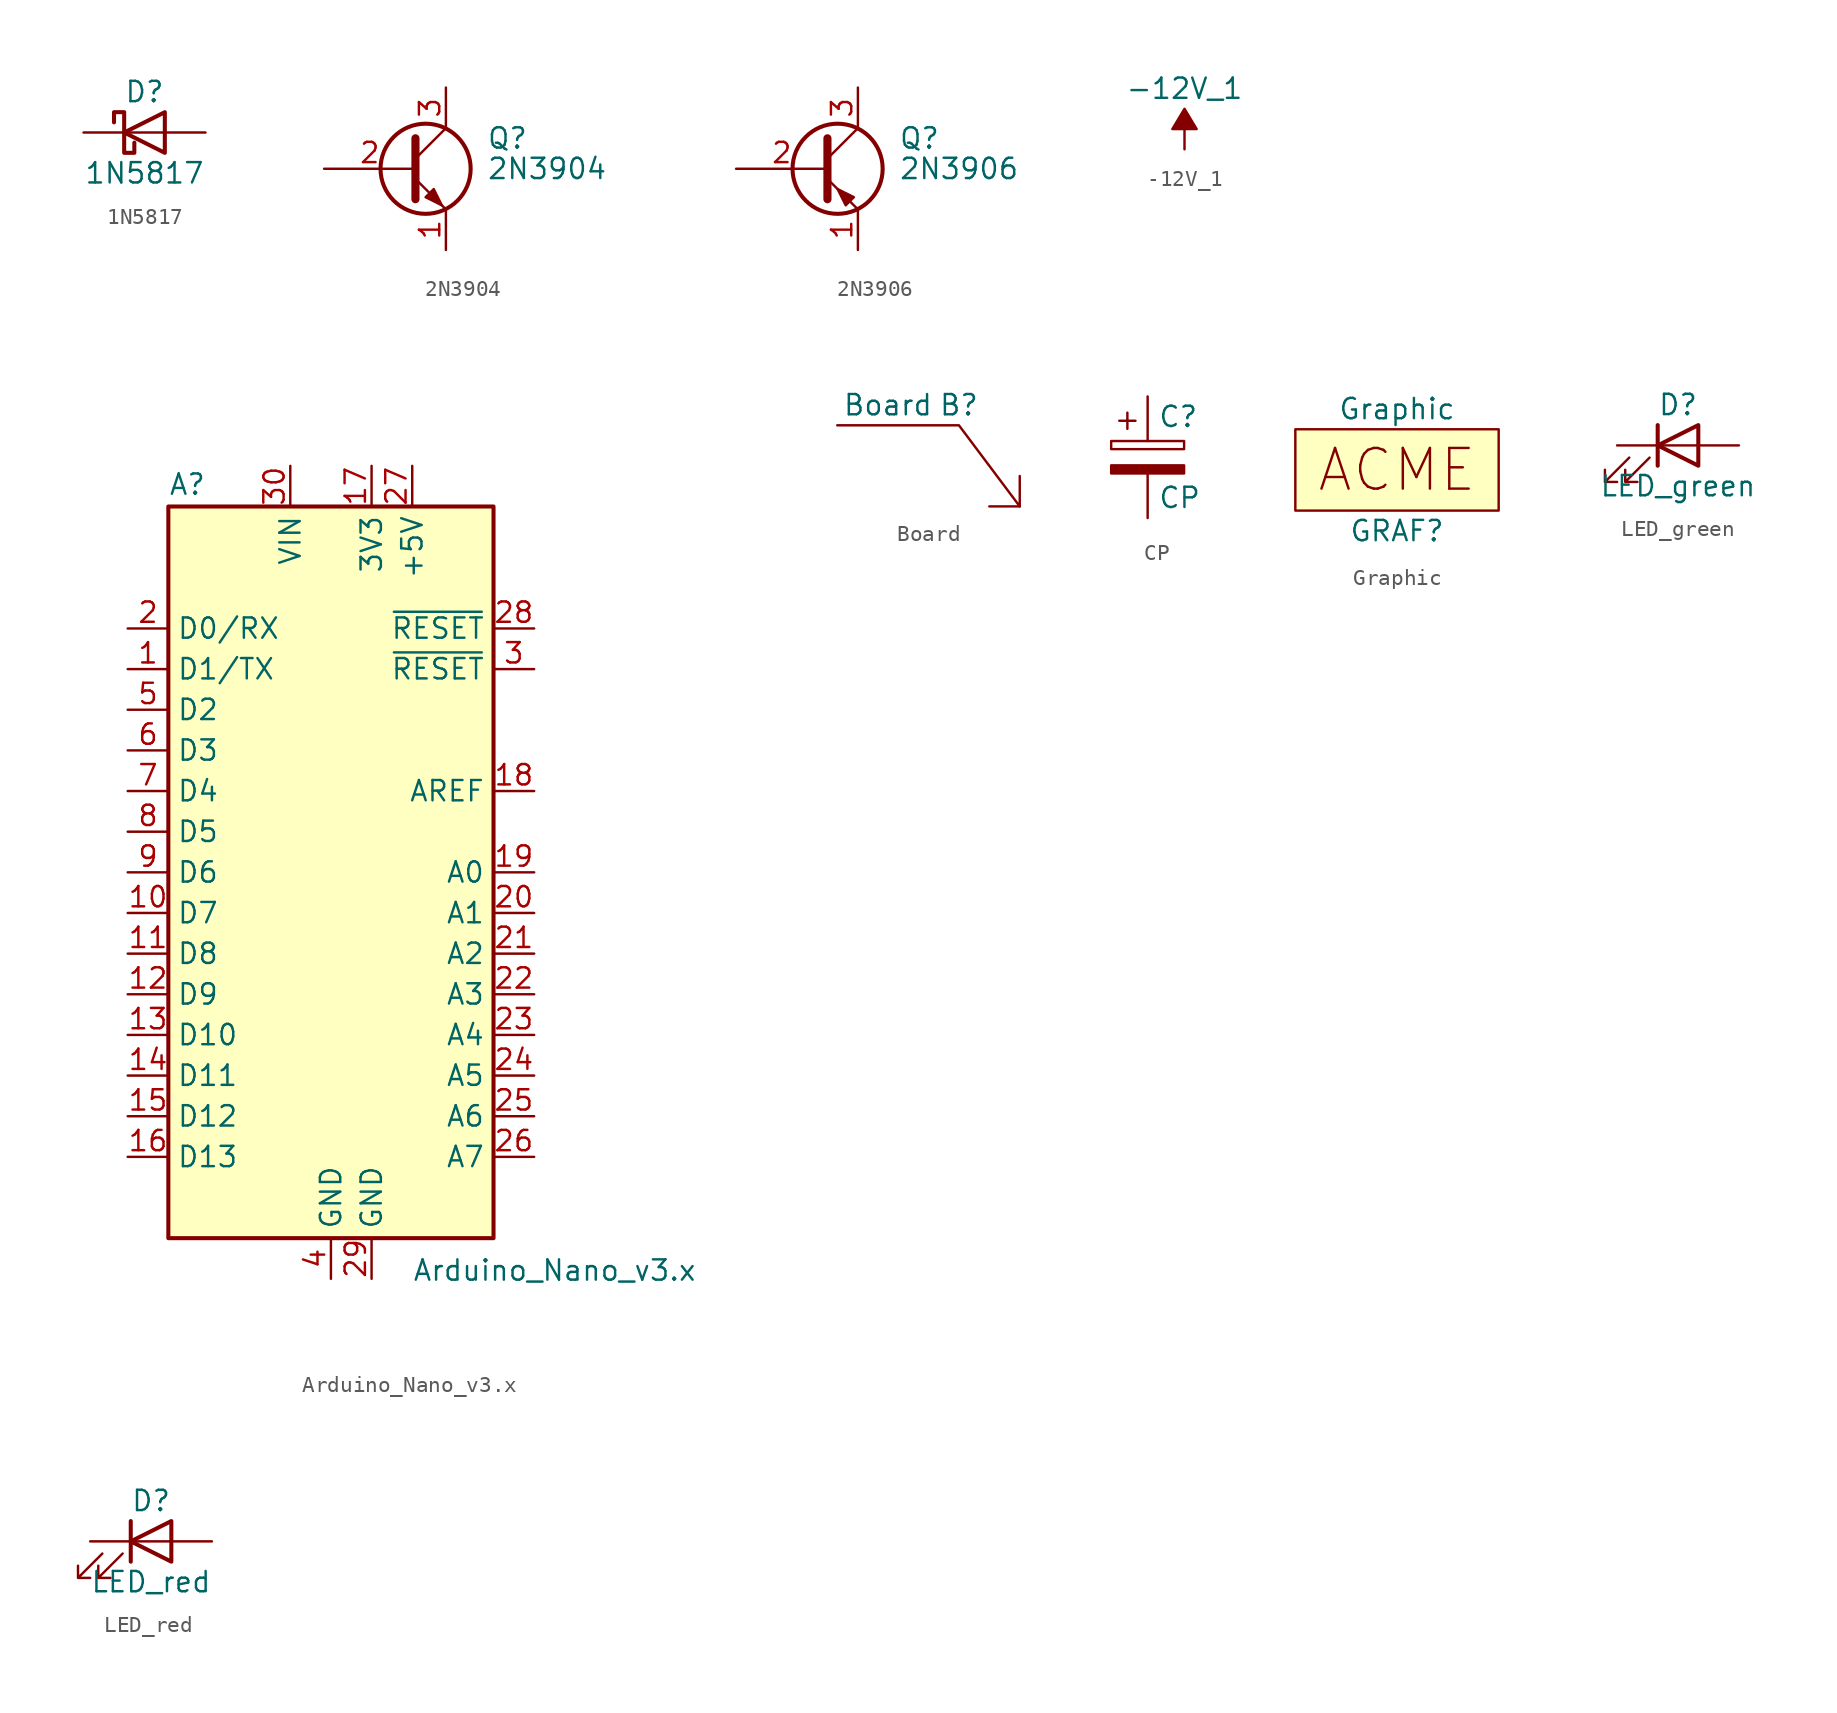
<source format=kicad_sym>
(kicad_symbol_lib
  (version 20211014)
  (generator kicad_symbol_editor)
  (symbol "1N5817"
    (pin_numbers hide)
    (pin_names
      (offset 1.016) hide)
    (property "Reference" "D"
      (at 0 2.54 0)
      (effects (font (size 1.27 1.27))))
    (property "Value" "1N5817"
      (at 0 -2.54 0)
      (effects (font (size 1.27 1.27))))
    (symbol "1N5817_0_1"
      (polyline (pts (xy 1.27 0) (xy -1.27 0)) (stroke (width 0) (type default) (color 0 0 0 0)) (fill (type none)))
      (polyline (pts (xy 1.27 1.27) (xy 1.27 -1.27) (xy -1.27 0) (xy 1.27 1.27)) (stroke (width 0.254) (type default) (color 0 0 0 0)) (fill (type none)))
      (polyline (pts (xy -1.905 0.635) (xy -1.905 1.27) (xy -1.27 1.27) (xy -1.27 -1.27) (xy -0.635 -1.27) (xy -0.635 -0.635)) (stroke (width 0.254) (type default) (color 0 0 0 0)) (fill (type none))))
    (symbol "1N5817_1_1"
      (pin passive line (at -3.81 0 0) (length 2.54) (name "K" (effects (font (size 1.27 1.27)))) (number "1" (effects (font (size 1.27 1.27)))))
      (pin passive line (at 3.81 0 180) (length 2.54) (name "A" (effects (font (size 1.27 1.27)))) (number "2" (effects (font (size 1.27 1.27)))))))
  (symbol "2N3904"
    (pin_names
      (offset 0) hide)
    (property "Reference" "Q"
      (at 5.08 1.905 0)
      (effects (font (size 1.27 1.27)) (justify left)))
    (property "Value" "2N3904"
      (at 5.08 0 0)
      (effects (font (size 1.27 1.27)) (justify left)))
    (symbol "2N3904_0_1"
      (polyline (pts (xy 0.635 0.635) (xy 2.54 2.54)) (stroke (width 0) (type default) (color 0 0 0 0)) (fill (type none)))
      (polyline (pts (xy 0.635 -0.635) (xy 2.54 -2.54) (xy 2.54 -2.54)) (stroke (width 0) (type default) (color 0 0 0 0)) (fill (type none)))
      (polyline (pts (xy 0.635 1.905) (xy 0.635 -1.905) (xy 0.635 -1.905)) (stroke (width 0.508) (type default) (color 0 0 0 0)) (fill (type none)))
      (polyline (pts (xy 1.27 -1.778) (xy 1.778 -1.27) (xy 2.286 -2.286) (xy 1.27 -1.778) (xy 1.27 -1.778)) (stroke (width 0) (type default) (color 0 0 0 0)) (fill (type outline)))
      (circle (center 1.27 0) (radius 2.819) (stroke (width 0.254) (type default) (color 0 0 0 0)) (fill (type none))))
    (symbol "2N3904_1_1"
      (pin passive line (at 2.54 -5.08 90) (length 2.54) (name "E" (effects (font (size 1.27 1.27)))) (number "1" (effects (font (size 1.27 1.27)))))
      (pin passive line (at -5.08 0 0) (length 5.715) (name "B" (effects (font (size 1.27 1.27)))) (number "2" (effects (font (size 1.27 1.27)))))
      (pin passive line (at 2.54 5.08 270) (length 2.54) (name "C" (effects (font (size 1.27 1.27)))) (number "3" (effects (font (size 1.27 1.27)))))))
  (symbol "2N3906"
    (pin_names
      (offset 0) hide)
    (property "Reference" "Q"
      (at 5.08 1.905 0)
      (effects (font (size 1.27 1.27)) (justify left)))
    (property "Value" "2N3906"
      (at 5.08 0 0)
      (effects (font (size 1.27 1.27)) (justify left)))
    (symbol "2N3906_0_1"
      (polyline (pts (xy 0.635 0.635) (xy 2.54 2.54)) (stroke (width 0) (type default) (color 0 0 0 0)) (fill (type none)))
      (polyline (pts (xy 0.635 -0.635) (xy 2.54 -2.54) (xy 2.54 -2.54)) (stroke (width 0) (type default) (color 0 0 0 0)) (fill (type none)))
      (polyline (pts (xy 0.635 1.905) (xy 0.635 -1.905) (xy 0.635 -1.905)) (stroke (width 0.508) (type default) (color 0 0 0 0)) (fill (type none)))
      (polyline (pts (xy 2.286 -1.778) (xy 1.778 -2.286) (xy 1.27 -1.27) (xy 2.286 -1.778) (xy 2.286 -1.778)) (stroke (width 0) (type default) (color 0 0 0 0)) (fill (type outline)))
      (circle (center 1.27 0) (radius 2.819) (stroke (width 0.254) (type default) (color 0 0 0 0)) (fill (type none))))
    (symbol "2N3906_1_1"
      (pin passive line (at 2.54 -5.08 90) (length 2.54) (name "E" (effects (font (size 1.27 1.27)))) (number "1" (effects (font (size 1.27 1.27)))))
      (pin input line (at -5.08 0 0) (length 5.715) (name "B" (effects (font (size 1.27 1.27)))) (number "2" (effects (font (size 1.27 1.27)))))
      (pin passive line (at 2.54 5.08 270) (length 2.54) (name "C" (effects (font (size 1.27 1.27)))) (number "3" (effects (font (size 1.27 1.27)))))))
  (symbol "-12V_1"
    (power)
    (pin_names
      (offset 0))
    (property "Reference" "#PWR"
      (at 0 2.54 0)
      (effects (font (size 1.27 1.27)) hide))
    (property "Value" "-12V_1"
      (at 0 3.81 0)
      (effects (font (size 1.27 1.27))))
    (symbol "-12V_1_0_0"
      (pin power_in line (at 0 0 90) (length 0) hide (name "-12V_1" (effects (font (size 1.27 1.27)))) (number "1" (effects (font (size 1.27 1.27))))))
    (symbol "-12V_1_0_1"
      (polyline (pts (xy 0 0) (xy 0 1.27) (xy 0.762 1.27) (xy 0 2.54) (xy -0.762 1.27) (xy 0 1.27)) (stroke (width 0) (type default) (color 0 0 0 0)) (fill (type outline)))))
  (symbol "Arduino_Nano_v3.x"
    (property "Reference" "A"
      (at -10.16 23.495 0)
      (effects (font (size 1.27 1.27)) (justify left bottom)))
    (property "Value" "Arduino_Nano_v3.x"
      (at 5.08 -24.13 0)
      (effects (font (size 1.27 1.27)) (justify left top)))
    (symbol "Arduino_Nano_v3.x_0_1"
      (rectangle (start -10.16 22.86) (end 10.16 -22.86) (stroke (width 0.254) (type default) (color 0 0 0 0)) (fill (type background))))
    (symbol "Arduino_Nano_v3.x_1_1"
      (pin bidirectional line (at -12.7 12.7 0) (length 2.54) (name "D1/TX" (effects (font (size 1.27 1.27)))) (number "1" (effects (font (size 1.27 1.27)))))
      (pin bidirectional line (at -12.7 -2.54 0) (length 2.54) (name "D7" (effects (font (size 1.27 1.27)))) (number "10" (effects (font (size 1.27 1.27)))))
      (pin bidirectional line (at -12.7 -5.08 0) (length 2.54) (name "D8" (effects (font (size 1.27 1.27)))) (number "11" (effects (font (size 1.27 1.27)))))
      (pin bidirectional line (at -12.7 -7.62 0) (length 2.54) (name "D9" (effects (font (size 1.27 1.27)))) (number "12" (effects (font (size 1.27 1.27)))))
      (pin bidirectional line (at -12.7 -10.16 0) (length 2.54) (name "D10" (effects (font (size 1.27 1.27)))) (number "13" (effects (font (size 1.27 1.27)))))
      (pin bidirectional line (at -12.7 -12.7 0) (length 2.54) (name "D11" (effects (font (size 1.27 1.27)))) (number "14" (effects (font (size 1.27 1.27)))))
      (pin bidirectional line (at -12.7 -15.24 0) (length 2.54) (name "D12" (effects (font (size 1.27 1.27)))) (number "15" (effects (font (size 1.27 1.27)))))
      (pin bidirectional line (at -12.7 -17.78 0) (length 2.54) (name "D13" (effects (font (size 1.27 1.27)))) (number "16" (effects (font (size 1.27 1.27)))))
      (pin power_out line (at 2.54 25.4 270) (length 2.54) (name "3V3" (effects (font (size 1.27 1.27)))) (number "17" (effects (font (size 1.27 1.27)))))
      (pin input line (at 12.7 5.08 180) (length 2.54) (name "AREF" (effects (font (size 1.27 1.27)))) (number "18" (effects (font (size 1.27 1.27)))))
      (pin bidirectional line (at 12.7 0 180) (length 2.54) (name "A0" (effects (font (size 1.27 1.27)))) (number "19" (effects (font (size 1.27 1.27)))))
      (pin bidirectional line (at -12.7 15.24 0) (length 2.54) (name "D0/RX" (effects (font (size 1.27 1.27)))) (number "2" (effects (font (size 1.27 1.27)))))
      (pin bidirectional line (at 12.7 -2.54 180) (length 2.54) (name "A1" (effects (font (size 1.27 1.27)))) (number "20" (effects (font (size 1.27 1.27)))))
      (pin bidirectional line (at 12.7 -5.08 180) (length 2.54) (name "A2" (effects (font (size 1.27 1.27)))) (number "21" (effects (font (size 1.27 1.27)))))
      (pin bidirectional line (at 12.7 -7.62 180) (length 2.54) (name "A3" (effects (font (size 1.27 1.27)))) (number "22" (effects (font (size 1.27 1.27)))))
      (pin bidirectional line (at 12.7 -10.16 180) (length 2.54) (name "A4" (effects (font (size 1.27 1.27)))) (number "23" (effects (font (size 1.27 1.27)))))
      (pin bidirectional line (at 12.7 -12.7 180) (length 2.54) (name "A5" (effects (font (size 1.27 1.27)))) (number "24" (effects (font (size 1.27 1.27)))))
      (pin bidirectional line (at 12.7 -15.24 180) (length 2.54) (name "A6" (effects (font (size 1.27 1.27)))) (number "25" (effects (font (size 1.27 1.27)))))
      (pin bidirectional line (at 12.7 -17.78 180) (length 2.54) (name "A7" (effects (font (size 1.27 1.27)))) (number "26" (effects (font (size 1.27 1.27)))))
      (pin power_out line (at 5.08 25.4 270) (length 2.54) (name "+5V" (effects (font (size 1.27 1.27)))) (number "27" (effects (font (size 1.27 1.27)))))
      (pin input line (at 12.7 15.24 180) (length 2.54) (name "~{RESET}" (effects (font (size 1.27 1.27)))) (number "28" (effects (font (size 1.27 1.27)))))
      (pin power_in line (at 2.54 -25.4 90) (length 2.54) (name "GND" (effects (font (size 1.27 1.27)))) (number "29" (effects (font (size 1.27 1.27)))))
      (pin input line (at 12.7 12.7 180) (length 2.54) (name "~{RESET}" (effects (font (size 1.27 1.27)))) (number "3" (effects (font (size 1.27 1.27)))))
      (pin power_in line (at -2.54 25.4 270) (length 2.54) (name "VIN" (effects (font (size 1.27 1.27)))) (number "30" (effects (font (size 1.27 1.27)))))
      (pin power_in line (at 0 -25.4 90) (length 2.54) (name "GND" (effects (font (size 1.27 1.27)))) (number "4" (effects (font (size 1.27 1.27)))))
      (pin bidirectional line (at -12.7 10.16 0) (length 2.54) (name "D2" (effects (font (size 1.27 1.27)))) (number "5" (effects (font (size 1.27 1.27)))))
      (pin bidirectional line (at -12.7 7.62 0) (length 2.54) (name "D3" (effects (font (size 1.27 1.27)))) (number "6" (effects (font (size 1.27 1.27)))))
      (pin bidirectional line (at -12.7 5.08 0) (length 2.54) (name "D4" (effects (font (size 1.27 1.27)))) (number "7" (effects (font (size 1.27 1.27)))))
      (pin bidirectional line (at -12.7 2.54 0) (length 2.54) (name "D5" (effects (font (size 1.27 1.27)))) (number "8" (effects (font (size 1.27 1.27)))))
      (pin bidirectional line (at -12.7 0 0) (length 2.54) (name "D6" (effects (font (size 1.27 1.27)))) (number "9" (effects (font (size 1.27 1.27)))))))
  (symbol "Board"
    (pin_names
      (offset 1.016))
    (property "Reference" "B"
      (at 1.27 3.81 0)
      (effects (font (size 1.27 1.27))))
    (property "Value" "Board"
      (at -3.175 3.81 0)
      (effects (font (size 1.27 1.27))))
    (symbol "Board_0_1"
      (polyline (pts (xy 5.08 -2.54) (xy 3.175 -2.54)) (stroke (width 0) (type default) (color 0 0 0 0)) (fill (type none)))
      (polyline (pts (xy -6.35 2.54) (xy 1.27 2.54) (xy 5.08 -2.54) (xy 5.08 -0.635)) (stroke (width 0) (type default) (color 0 0 0 0)) (fill (type none)))))
  (symbol "CP"
    (pin_numbers hide)
    (pin_names
      (offset 0.254))
    (property "Reference" "C"
      (at 0.635 2.54 0)
      (effects (font (size 1.27 1.27)) (justify left)))
    (property "Value" "CP"
      (at 0.635 -2.54 0)
      (effects (font (size 1.27 1.27)) (justify left)))
    (symbol "CP_0_1"
      (rectangle (start -2.286 0.508) (end 2.286 1.016) (stroke (width 0) (type default) (color 0 0 0 0)) (fill (type none)))
      (polyline (pts (xy -1.778 2.286) (xy -0.762 2.286)) (stroke (width 0) (type default) (color 0 0 0 0)) (fill (type none)))
      (polyline (pts (xy -1.27 2.794) (xy -1.27 1.778)) (stroke (width 0) (type default) (color 0 0 0 0)) (fill (type none)))
      (rectangle (start 2.286 -0.508) (end -2.286 -1.016) (stroke (width 0) (type default) (color 0 0 0 0)) (fill (type outline))))
    (symbol "CP_1_1"
      (pin passive line (at 0 3.81 270) (length 2.794) (name "~" (effects (font (size 1.27 1.27)))) (number "1" (effects (font (size 1.27 1.27)))))
      (pin passive line (at 0 -3.81 90) (length 2.794) (name "~" (effects (font (size 1.27 1.27)))) (number "2" (effects (font (size 1.27 1.27)))))))
  (symbol "Graphic"
    (pin_names
      (offset 1.016))
    (property "Reference" "GRAF"
      (at 0 -3.81 0)
      (effects (font (size 1.27 1.27))))
    (property "Value" "Graphic"
      (at 0 3.81 0)
      (effects (font (size 1.27 1.27))))
    (symbol "Graphic_0_0"
      (rectangle (start -6.35 2.54) (end 6.35 -2.54) (stroke (width 0) (type default) (color 0 0 0 0)) (fill (type background)))
      (text "ACME" (at 0 0 0) (effects (font (size 2.54 2.54))))))
  (symbol "LED_green"
    (pin_numbers hide)
    (pin_names
      (offset 1.016) hide)
    (property "Reference" "D"
      (at 0 2.54 0)
      (effects (font (size 1.27 1.27))))
    (property "Value" "LED_green"
      (at 0 -2.54 0)
      (effects (font (size 1.27 1.27))))
    (symbol "LED_green_0_1"
      (polyline (pts (xy -1.27 -1.27) (xy -1.27 1.27)) (stroke (width 0.254) (type default) (color 0 0 0 0)) (fill (type none)))
      (polyline (pts (xy -1.27 0) (xy 1.27 0)) (stroke (width 0) (type default) (color 0 0 0 0)) (fill (type none)))
      (polyline (pts (xy 1.27 -1.27) (xy 1.27 1.27) (xy -1.27 0) (xy 1.27 -1.27)) (stroke (width 0.254) (type default) (color 0 0 0 0)) (fill (type none)))
      (polyline (pts (xy -3.048 -0.762) (xy -4.572 -2.286) (xy -3.81 -2.286) (xy -4.572 -2.286) (xy -4.572 -1.524)) (stroke (width 0) (type default) (color 0 0 0 0)) (fill (type none)))
      (polyline (pts (xy -1.778 -0.762) (xy -3.302 -2.286) (xy -2.54 -2.286) (xy -3.302 -2.286) (xy -3.302 -1.524)) (stroke (width 0) (type default) (color 0 0 0 0)) (fill (type none))))
    (symbol "LED_green_1_1"
      (pin passive line (at -3.81 0 0) (length 2.54) (name "K" (effects (font (size 1.27 1.27)))) (number "1" (effects (font (size 1.27 1.27)))))
      (pin passive line (at 3.81 0 180) (length 2.54) (name "A" (effects (font (size 1.27 1.27)))) (number "2" (effects (font (size 1.27 1.27)))))))
  (symbol "LED_red"
    (pin_numbers hide)
    (pin_names
      (offset 1.016) hide)
    (property "Reference" "D"
      (at 0 2.54 0)
      (effects (font (size 1.27 1.27))))
    (property "Value" "LED_red"
      (at 0 -2.54 0)
      (effects (font (size 1.27 1.27))))
    (symbol "LED_red_0_1"
      (polyline (pts (xy -1.27 -1.27) (xy -1.27 1.27)) (stroke (width 0.254) (type default) (color 0 0 0 0)) (fill (type none)))
      (polyline (pts (xy -1.27 0) (xy 1.27 0)) (stroke (width 0) (type default) (color 0 0 0 0)) (fill (type none)))
      (polyline (pts (xy 1.27 -1.27) (xy 1.27 1.27) (xy -1.27 0) (xy 1.27 -1.27)) (stroke (width 0.254) (type default) (color 0 0 0 0)) (fill (type none)))
      (polyline (pts (xy -3.048 -0.762) (xy -4.572 -2.286) (xy -3.81 -2.286) (xy -4.572 -2.286) (xy -4.572 -1.524)) (stroke (width 0) (type default) (color 0 0 0 0)) (fill (type none)))
      (polyline (pts (xy -1.778 -0.762) (xy -3.302 -2.286) (xy -2.54 -2.286) (xy -3.302 -2.286) (xy -3.302 -1.524)) (stroke (width 0) (type default) (color 0 0 0 0)) (fill (type none))))
    (symbol "LED_red_1_1"
      (pin passive line (at -3.81 0 0) (length 2.54) (name "K" (effects (font (size 1.27 1.27)))) (number "1" (effects (font (size 1.27 1.27)))))
      (pin passive line (at 3.81 0 180) (length 2.54) (name "A" (effects (font (size 1.27 1.27)))) (number "2" (effects (font (size 1.27 1.27))))))))
</source>
